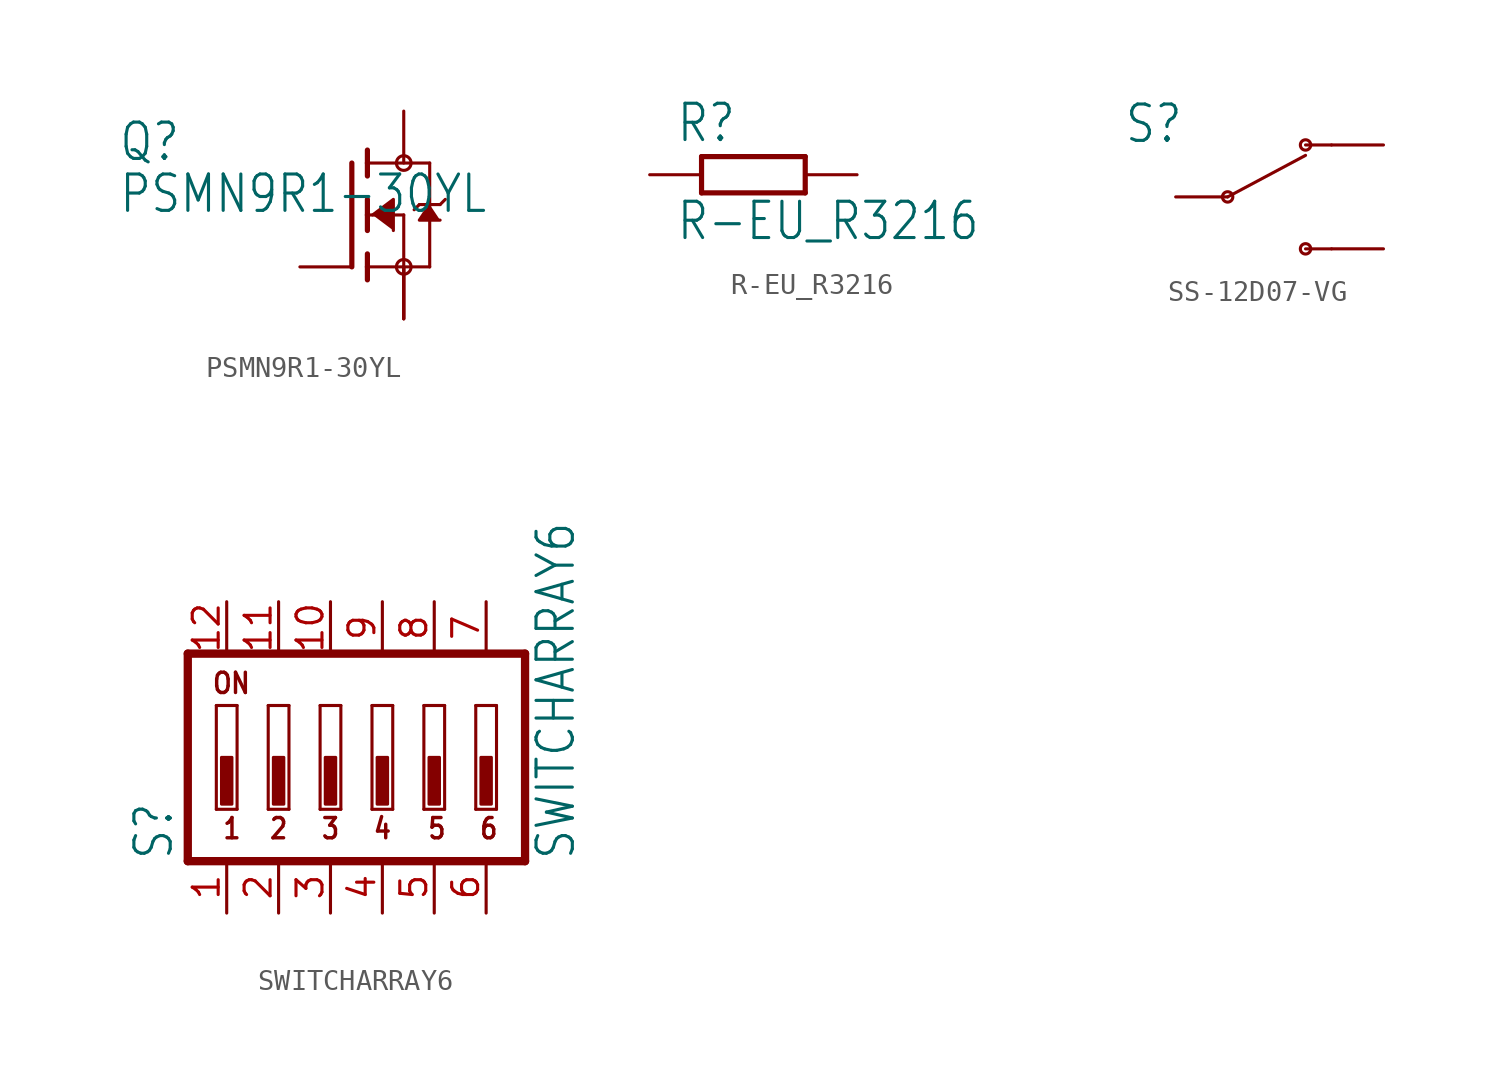
<source format=kicad_sym>
(kicad_symbol_lib
  (version 20211014)
  (generator kicad_symbol_editor)
  (symbol "PSMN9R1-30YL"
    (property "Reference" "Q"
      (at -11.43 2.54 0)
      (effects (font (size 1.778 1.511)) (justify left bottom)))
    (property "Value" "PSMN9R1-30YL"
      (at -11.43 0 0)
      (effects (font (size 1.778 1.511)) (justify left bottom)))
    (property "ki_locked" ""
      (at 0 0 0)
      (effects (font (size 1.27 1.27))))
    (symbol "PSMN9R1-30YL_1_0"
      (polyline (pts (xy 0 2.54) (xy 0 -2.54)) (stroke (width 0.254) (type default) (color 0 0 0 0)) (fill (type none)))
      (polyline (pts (xy 0.762 -2.54) (xy 0.762 -3.175)) (stroke (width 0.254) (type default) (color 0 0 0 0)) (fill (type none)))
      (polyline (pts (xy 0.762 -1.905) (xy 0.762 -2.54)) (stroke (width 0.254) (type default) (color 0 0 0 0)) (fill (type none)))
      (polyline (pts (xy 0.762 0) (xy 0.762 -0.762)) (stroke (width 0.254) (type default) (color 0 0 0 0)) (fill (type none)))
      (polyline (pts (xy 0.762 0) (xy 2.54 0)) (stroke (width 0.152) (type default) (color 0 0 0 0)) (fill (type none)))
      (polyline (pts (xy 0.762 0.762) (xy 0.762 0)) (stroke (width 0.254) (type default) (color 0 0 0 0)) (fill (type none)))
      (polyline (pts (xy 0.762 2.54) (xy 0.762 1.905)) (stroke (width 0.254) (type default) (color 0 0 0 0)) (fill (type none)))
      (polyline (pts (xy 0.762 2.54) (xy 3.81 2.54)) (stroke (width 0.152) (type default) (color 0 0 0 0)) (fill (type none)))
      (polyline (pts (xy 0.762 3.175) (xy 0.762 2.54)) (stroke (width 0.254) (type default) (color 0 0 0 0)) (fill (type none)))
      (polyline (pts (xy 2.54 -2.54) (xy 0.762 -2.54)) (stroke (width 0.152) (type default) (color 0 0 0 0)) (fill (type none)))
      (polyline (pts (xy 2.54 -2.54) (xy 3.81 -2.54)) (stroke (width 0.152) (type default) (color 0 0 0 0)) (fill (type none)))
      (polyline (pts (xy 2.54 0) (xy 2.54 -2.54)) (stroke (width 0.152) (type default) (color 0 0 0 0)) (fill (type none)))
      (polyline (pts (xy 3.302 0.508) (xy 3.048 0.254)) (stroke (width 0.152) (type default) (color 0 0 0 0)) (fill (type none)))
      (polyline (pts (xy 3.81 0.508) (xy 3.302 0.508)) (stroke (width 0.152) (type default) (color 0 0 0 0)) (fill (type none)))
      (polyline (pts (xy 3.81 0.508) (xy 3.81 -2.54)) (stroke (width 0.152) (type default) (color 0 0 0 0)) (fill (type none)))
      (polyline (pts (xy 3.81 2.54) (xy 3.81 0.508)) (stroke (width 0.152) (type default) (color 0 0 0 0)) (fill (type none)))
      (polyline (pts (xy 4.318 0.508) (xy 3.81 0.508)) (stroke (width 0.152) (type default) (color 0 0 0 0)) (fill (type none)))
      (polyline (pts (xy 4.572 0.762) (xy 4.318 0.508)) (stroke (width 0.152) (type default) (color 0 0 0 0)) (fill (type none)))
      (polyline (pts (xy 1.016 0) (xy 2.032 0.762) (xy 2.032 -0.762)) (stroke (width 0) (type default) (color 0 0 0 0)) (fill (type outline)))
      (polyline (pts (xy 3.81 0.508) (xy 3.302 -0.254) (xy 4.318 -0.254)) (stroke (width 0) (type default) (color 0 0 0 0)) (fill (type outline)))
      (circle (center 2.54 -2.54) (radius 0.359) (stroke (width 0) (type default) (color 0 0 0 0)) (fill (type none)))
      (circle (center 2.54 2.54) (radius 0.359) (stroke (width 0) (type default) (color 0 0 0 0)) (fill (type none)))
      (pin passive line (at 2.54 -5.08 90) (length 2.54) (name "S" (effects (font (size 0 0)))) (number "1" (effects (font (size 0 0)))))
      (pin passive line (at 2.54 -5.08 90) (length 2.54) (name "S" (effects (font (size 0 0)))) (number "2" (effects (font (size 0 0)))))
      (pin passive line (at 2.54 -5.08 90) (length 2.54) (name "S" (effects (font (size 0 0)))) (number "3" (effects (font (size 0 0)))))
      (pin passive line (at -2.54 -2.54 0) (length 2.54) (name "G" (effects (font (size 0 0)))) (number "4" (effects (font (size 0 0)))))
      (pin passive line (at 2.54 5.08 270) (length 2.54) (name "D" (effects (font (size 0 0)))) (number "TAB" (effects (font (size 0 0)))))))
  (symbol "R-EU_R3216"
    (property "Reference" "R"
      (at -3.81 1.499 0)
      (effects (font (size 1.778 1.511)) (justify left bottom)))
    (property "Value" "R-EU_R3216"
      (at -3.81 -3.302 0)
      (effects (font (size 1.778 1.511)) (justify left bottom)))
    (property "ki_locked" ""
      (at 0 0 0)
      (effects (font (size 1.27 1.27))))
    (symbol "R-EU_R3216_1_0"
      (polyline (pts (xy -2.54 -0.889) (xy -2.54 0.889)) (stroke (width 0.254) (type default) (color 0 0 0 0)) (fill (type none)))
      (polyline (pts (xy -2.54 -0.889) (xy 2.54 -0.889)) (stroke (width 0.254) (type default) (color 0 0 0 0)) (fill (type none)))
      (polyline (pts (xy 2.54 -0.889) (xy 2.54 0.889)) (stroke (width 0.254) (type default) (color 0 0 0 0)) (fill (type none)))
      (polyline (pts (xy 2.54 0.889) (xy -2.54 0.889)) (stroke (width 0.254) (type default) (color 0 0 0 0)) (fill (type none)))
      (pin passive line (at -5.08 0 0) (length 2.54) (name "1" (effects (font (size 0 0)))) (number "1" (effects (font (size 0 0)))))
      (pin passive line (at 5.08 0 180) (length 2.54) (name "2" (effects (font (size 0 0)))) (number "2" (effects (font (size 0 0)))))))
  (symbol "SS-12D07-VG"
    (property "Reference" "S"
      (at -5.08 2.54 0)
      (effects (font (size 1.778 1.511)) (justify left bottom)))
    (property "ki_locked" ""
      (at 0 0 0)
      (effects (font (size 1.27 1.27))))
    (symbol "SS-12D07-VG_1_0"
      (polyline (pts (xy 0 0) (xy 3.81 2.032)) (stroke (width 0.152) (type default) (color 0 0 0 0)) (fill (type none)))
      (polyline (pts (xy 5.08 -2.54) (xy 3.81 -2.54)) (stroke (width 0.152) (type default) (color 0 0 0 0)) (fill (type none)))
      (polyline (pts (xy 5.08 2.54) (xy 3.81 2.54)) (stroke (width 0.152) (type default) (color 0 0 0 0)) (fill (type none)))
      (circle (center 0 0) (radius 0.254) (stroke (width 0) (type default) (color 0 0 0 0)) (fill (type none)))
      (circle (center 3.81 -2.54) (radius 0.254) (stroke (width 0) (type default) (color 0 0 0 0)) (fill (type none)))
      (circle (center 3.81 2.54) (radius 0.254) (stroke (width 0) (type default) (color 0 0 0 0)) (fill (type none)))
      (pin passive line (at 7.62 2.54 180) (length 2.54) (name "1" (effects (font (size 0 0)))) (number "1" (effects (font (size 0 0)))))
      (pin passive line (at 7.62 -2.54 180) (length 2.54) (name "2" (effects (font (size 0 0)))) (number "2" (effects (font (size 0 0)))))
      (pin passive line (at -2.54 0 0) (length 2.54) (name "COM" (effects (font (size 0 0)))) (number "COM" (effects (font (size 0 0)))))))
  (symbol "SWITCHARRAY6"
    (property "Reference" "S"
      (at -10.16 -5.08 90)
      (effects (font (size 1.778 1.511)) (justify left bottom)))
    (property "Value" "SWITCHARRAY6"
      (at 9.525 -5.08 90)
      (effects (font (size 1.778 1.511)) (justify left bottom)))
    (property "ki_locked" ""
      (at 0 0 0)
      (effects (font (size 1.27 1.27))))
    (symbol "SWITCHARRAY6_1_0"
      (rectangle (start -7.874 -2.286) (end -7.366 0) (stroke (width 0) (type default) (color 0 0 0 0)) (fill (type outline)))
      (rectangle (start -5.334 -2.286) (end -4.826 0) (stroke (width 0) (type default) (color 0 0 0 0)) (fill (type outline)))
      (rectangle (start -2.794 -2.286) (end -2.286 0) (stroke (width 0) (type default) (color 0 0 0 0)) (fill (type outline)))
      (rectangle (start -0.254 -2.286) (end 0.254 0) (stroke (width 0) (type default) (color 0 0 0 0)) (fill (type outline)))
      (polyline (pts (xy -9.525 -5.08) (xy 6.985 -5.08)) (stroke (width 0.406) (type default) (color 0 0 0 0)) (fill (type none)))
      (polyline (pts (xy -9.525 5.08) (xy -9.525 -5.08)) (stroke (width 0.406) (type default) (color 0 0 0 0)) (fill (type none)))
      (polyline (pts (xy -8.128 -2.54) (xy -8.128 2.54)) (stroke (width 0.152) (type default) (color 0 0 0 0)) (fill (type none)))
      (polyline (pts (xy -8.128 2.54) (xy -7.112 2.54)) (stroke (width 0.152) (type default) (color 0 0 0 0)) (fill (type none)))
      (polyline (pts (xy -7.112 -2.54) (xy -8.128 -2.54)) (stroke (width 0.152) (type default) (color 0 0 0 0)) (fill (type none)))
      (polyline (pts (xy -7.112 2.54) (xy -7.112 -2.54)) (stroke (width 0.152) (type default) (color 0 0 0 0)) (fill (type none)))
      (polyline (pts (xy -5.588 -2.54) (xy -5.588 2.54)) (stroke (width 0.152) (type default) (color 0 0 0 0)) (fill (type none)))
      (polyline (pts (xy -5.588 2.54) (xy -4.572 2.54)) (stroke (width 0.152) (type default) (color 0 0 0 0)) (fill (type none)))
      (polyline (pts (xy -4.572 -2.54) (xy -5.588 -2.54)) (stroke (width 0.152) (type default) (color 0 0 0 0)) (fill (type none)))
      (polyline (pts (xy -4.572 2.54) (xy -4.572 -2.54)) (stroke (width 0.152) (type default) (color 0 0 0 0)) (fill (type none)))
      (polyline (pts (xy -3.048 -2.54) (xy -3.048 2.54)) (stroke (width 0.152) (type default) (color 0 0 0 0)) (fill (type none)))
      (polyline (pts (xy -3.048 2.54) (xy -2.032 2.54)) (stroke (width 0.152) (type default) (color 0 0 0 0)) (fill (type none)))
      (polyline (pts (xy -2.032 -2.54) (xy -3.048 -2.54)) (stroke (width 0.152) (type default) (color 0 0 0 0)) (fill (type none)))
      (polyline (pts (xy -2.032 2.54) (xy -2.032 -2.54)) (stroke (width 0.152) (type default) (color 0 0 0 0)) (fill (type none)))
      (polyline (pts (xy -0.508 -2.54) (xy -0.508 2.54)) (stroke (width 0.152) (type default) (color 0 0 0 0)) (fill (type none)))
      (polyline (pts (xy -0.508 2.54) (xy 0.508 2.54)) (stroke (width 0.152) (type default) (color 0 0 0 0)) (fill (type none)))
      (polyline (pts (xy 0.508 -2.54) (xy -0.508 -2.54)) (stroke (width 0.152) (type default) (color 0 0 0 0)) (fill (type none)))
      (polyline (pts (xy 0.508 2.54) (xy 0.508 -2.54)) (stroke (width 0.152) (type default) (color 0 0 0 0)) (fill (type none)))
      (polyline (pts (xy 2.032 -2.54) (xy 2.032 2.54)) (stroke (width 0.152) (type default) (color 0 0 0 0)) (fill (type none)))
      (polyline (pts (xy 2.032 2.54) (xy 3.048 2.54)) (stroke (width 0.152) (type default) (color 0 0 0 0)) (fill (type none)))
      (polyline (pts (xy 3.048 -2.54) (xy 2.032 -2.54)) (stroke (width 0.152) (type default) (color 0 0 0 0)) (fill (type none)))
      (polyline (pts (xy 3.048 2.54) (xy 3.048 -2.54)) (stroke (width 0.152) (type default) (color 0 0 0 0)) (fill (type none)))
      (polyline (pts (xy 4.572 -2.54) (xy 4.572 2.54)) (stroke (width 0.152) (type default) (color 0 0 0 0)) (fill (type none)))
      (polyline (pts (xy 4.572 2.54) (xy 5.588 2.54)) (stroke (width 0.152) (type default) (color 0 0 0 0)) (fill (type none)))
      (polyline (pts (xy 5.588 -2.54) (xy 4.572 -2.54)) (stroke (width 0.152) (type default) (color 0 0 0 0)) (fill (type none)))
      (polyline (pts (xy 5.588 2.54) (xy 5.588 -2.54)) (stroke (width 0.152) (type default) (color 0 0 0 0)) (fill (type none)))
      (polyline (pts (xy 6.985 -5.08) (xy 6.985 5.08)) (stroke (width 0.406) (type default) (color 0 0 0 0)) (fill (type none)))
      (polyline (pts (xy 6.985 5.08) (xy -9.525 5.08)) (stroke (width 0.406) (type default) (color 0 0 0 0)) (fill (type none)))
      (rectangle (start 2.286 -2.286) (end 2.794 0) (stroke (width 0) (type default) (color 0 0 0 0)) (fill (type outline)))
      (rectangle (start 4.826 -2.286) (end 5.334 0) (stroke (width 0) (type default) (color 0 0 0 0)) (fill (type outline)))
      (text "1" (at -7.874 -4.064 0) (effects (font (size 0.991 0.842) (thickness 0.168) bold) (justify left bottom)))
      (text "2" (at -5.588 -4.064 0) (effects (font (size 0.991 0.842) (thickness 0.168) bold) (justify left bottom)))
      (text "3" (at -3.048 -4.064 0) (effects (font (size 0.991 0.842) (thickness 0.168) bold) (justify left bottom)))
      (text "4" (at -0.508 -4.064 0) (effects (font (size 0.991 0.842) (thickness 0.168) bold) (justify left bottom)))
      (text "5" (at 2.159 -4.064 0) (effects (font (size 0.991 0.842) (thickness 0.168) bold) (justify left bottom)))
      (text "6" (at 4.699 -4.064 0) (effects (font (size 0.991 0.842) (thickness 0.168) bold) (justify left bottom)))
      (text "ON" (at -8.382 3.048 0) (effects (font (size 0.991 0.842) (thickness 0.168) bold) (justify left bottom)))
      (pin passive line (at -7.62 -7.62 90) (length 2.54) (name "1" (effects (font (size 0 0)))) (number "1" (effects (font (size 1.27 1.27)))))
      (pin passive line (at -2.54 7.62 270) (length 2.54) (name "10" (effects (font (size 0 0)))) (number "10" (effects (font (size 1.27 1.27)))))
      (pin passive line (at -5.08 7.62 270) (length 2.54) (name "11" (effects (font (size 0 0)))) (number "11" (effects (font (size 1.27 1.27)))))
      (pin passive line (at -7.62 7.62 270) (length 2.54) (name "12" (effects (font (size 0 0)))) (number "12" (effects (font (size 1.27 1.27)))))
      (pin passive line (at -5.08 -7.62 90) (length 2.54) (name "2" (effects (font (size 0 0)))) (number "2" (effects (font (size 1.27 1.27)))))
      (pin passive line (at -2.54 -7.62 90) (length 2.54) (name "3" (effects (font (size 0 0)))) (number "3" (effects (font (size 1.27 1.27)))))
      (pin passive line (at 0 -7.62 90) (length 2.54) (name "4" (effects (font (size 0 0)))) (number "4" (effects (font (size 1.27 1.27)))))
      (pin passive line (at 2.54 -7.62 90) (length 2.54) (name "5" (effects (font (size 0 0)))) (number "5" (effects (font (size 1.27 1.27)))))
      (pin passive line (at 5.08 -7.62 90) (length 2.54) (name "6" (effects (font (size 0 0)))) (number "6" (effects (font (size 1.27 1.27)))))
      (pin passive line (at 5.08 7.62 270) (length 2.54) (name "7" (effects (font (size 0 0)))) (number "7" (effects (font (size 1.27 1.27)))))
      (pin passive line (at 2.54 7.62 270) (length 2.54) (name "8" (effects (font (size 0 0)))) (number "8" (effects (font (size 1.27 1.27)))))
      (pin passive line (at 0 7.62 270) (length 2.54) (name "9" (effects (font (size 0 0)))) (number "9" (effects (font (size 1.27 1.27))))))))
</source>
